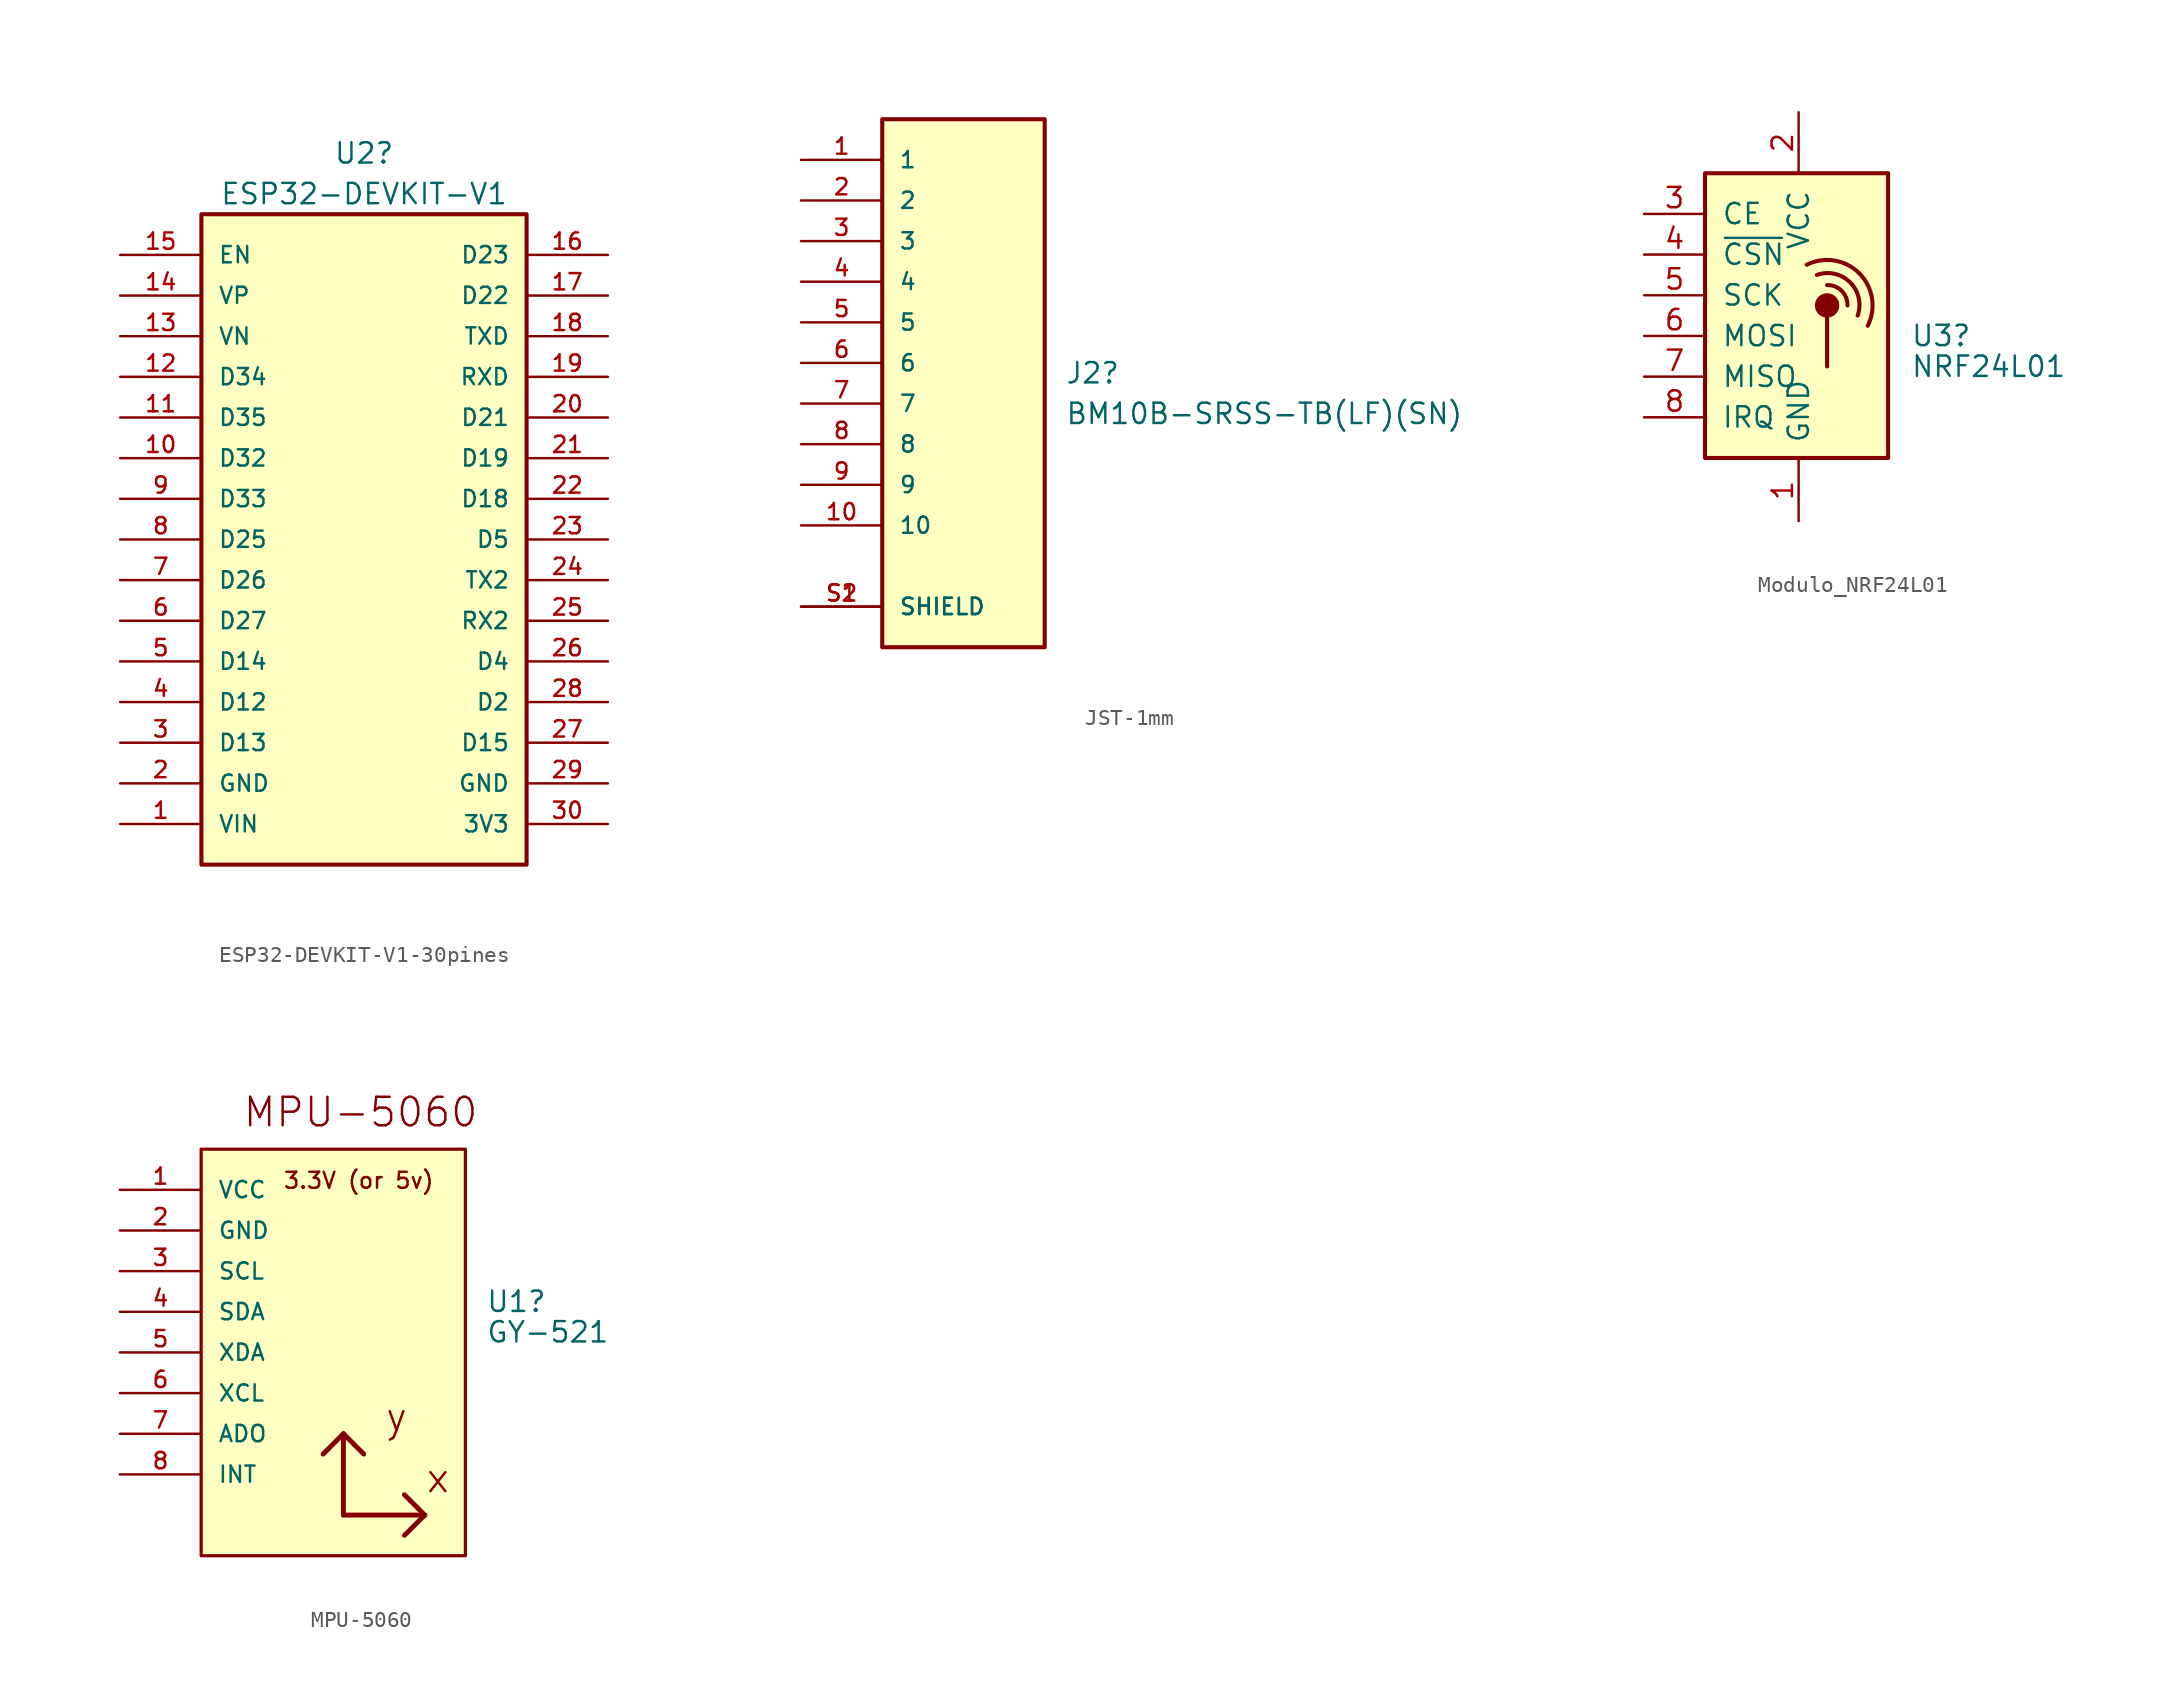
<source format=kicad_sym>
(kicad_symbol_lib
  (version 20220914)
  (generator kicad_symbol_editor)
  (symbol "ESP32-DEVKIT-V1-30pines"
    (pin_names
      (offset 1.016))
    (property "Reference" "U2"
      (at 0 31.75 0)
      (effects (font (size 1.27 1.27))))
    (property "Value" "ESP32-DEVKIT-V1"
      (at 0 29.21 0)
      (effects (font (size 1.27 1.27))))
    (symbol "ESP32-DEVKIT-V1-30pines_0_0"
      (rectangle (start -10.16 27.94) (end 10.16 -12.7) (stroke (width 0.254) (type default)) (fill (type background)))
      (pin power_in line (at 15.24 -7.62 180) (length 5.08) (name "GND" (effects (font (size 1.016 1.016)))) (number "29" (effects (font (size 1.016 1.016))))))
    (symbol "ESP32-DEVKIT-V1-30pines_1_0"
      (pin bidirectional line (at -15.24 -10.16 0) (length 5.08) (name "VIN" (effects (font (size 1.016 1.016)))) (number "1" (effects (font (size 1.016 1.016)))))
      (pin input line (at -15.24 12.7 0) (length 5.08) (name "D32" (effects (font (size 1.016 1.016)))) (number "10" (effects (font (size 1.016 1.016)))))
      (pin bidirectional line (at -15.24 15.24 0) (length 5.08) (name "D35" (effects (font (size 1.016 1.016)))) (number "11" (effects (font (size 1.016 1.016)))))
      (pin bidirectional line (at -15.24 17.78 0) (length 5.08) (name "D34" (effects (font (size 1.016 1.016)))) (number "12" (effects (font (size 1.016 1.016)))))
      (pin bidirectional line (at -15.24 20.32 0) (length 5.08) (name "VN" (effects (font (size 1.016 1.016)))) (number "13" (effects (font (size 1.016 1.016)))))
      (pin power_in line (at -15.24 22.86 0) (length 5.08) (name "VP" (effects (font (size 1.016 1.016)))) (number "14" (effects (font (size 1.016 1.016)))))
      (pin output line (at -15.24 25.4 0) (length 5.08) (name "EN" (effects (font (size 1.016 1.016)))) (number "15" (effects (font (size 1.016 1.016)))))
      (pin input line (at 15.24 25.4 180) (length 5.08) (name "D23" (effects (font (size 1.016 1.016)))) (number "16" (effects (font (size 1.016 1.016)))))
      (pin bidirectional line (at 15.24 22.86 180) (length 5.08) (name "D22" (effects (font (size 1.016 1.016)))) (number "17" (effects (font (size 1.016 1.016)))))
      (pin bidirectional line (at 15.24 20.32 180) (length 5.08) (name "TXD" (effects (font (size 1.016 1.016)))) (number "18" (effects (font (size 1.016 1.016)))))
      (pin bidirectional line (at 15.24 17.78 180) (length 5.08) (name "RXD" (effects (font (size 1.016 1.016)))) (number "19" (effects (font (size 1.016 1.016)))))
      (pin bidirectional line (at -15.24 -7.62 0) (length 5.08) (name "GND" (effects (font (size 1.016 1.016)))) (number "2" (effects (font (size 1.016 1.016)))))
      (pin bidirectional line (at 15.24 15.24 180) (length 5.08) (name "D21" (effects (font (size 1.016 1.016)))) (number "20" (effects (font (size 1.016 1.016)))))
      (pin bidirectional line (at 15.24 12.7 180) (length 5.08) (name "D19" (effects (font (size 1.016 1.016)))) (number "21" (effects (font (size 1.016 1.016)))))
      (pin bidirectional line (at 15.24 10.16 180) (length 5.08) (name "D18" (effects (font (size 1.016 1.016)))) (number "22" (effects (font (size 1.016 1.016)))))
      (pin bidirectional line (at 15.24 7.62 180) (length 5.08) (name "D5" (effects (font (size 1.016 1.016)))) (number "23" (effects (font (size 1.016 1.016)))))
      (pin bidirectional line (at 15.24 5.08 180) (length 5.08) (name "TX2" (effects (font (size 1.016 1.016)))) (number "24" (effects (font (size 1.016 1.016)))))
      (pin bidirectional line (at 15.24 2.54 180) (length 5.08) (name "RX2" (effects (font (size 1.016 1.016)))) (number "25" (effects (font (size 1.016 1.016)))))
      (pin bidirectional line (at 15.24 0 180) (length 5.08) (name "D4" (effects (font (size 1.016 1.016)))) (number "26" (effects (font (size 1.016 1.016)))))
      (pin bidirectional line (at 15.24 -5.08 180) (length 5.08) (name "D15" (effects (font (size 1.016 1.016)))) (number "27" (effects (font (size 1.016 1.016)))))
      (pin bidirectional line (at 15.24 -2.54 180) (length 5.08) (name "D2" (effects (font (size 1.016 1.016)))) (number "28" (effects (font (size 1.016 1.016)))))
      (pin output line (at -15.24 -5.08 0) (length 5.08) (name "D13" (effects (font (size 1.016 1.016)))) (number "3" (effects (font (size 1.016 1.016)))))
      (pin input line (at 15.24 -10.16 180) (length 5.08) (name "3V3" (effects (font (size 1.016 1.016)))) (number "30" (effects (font (size 1.016 1.016)))))
      (pin input line (at -15.24 -2.54 0) (length 5.08) (name "D12" (effects (font (size 1.016 1.016)))) (number "4" (effects (font (size 1.016 1.016)))))
      (pin bidirectional line (at -15.24 0 0) (length 5.08) (name "D14" (effects (font (size 1.016 1.016)))) (number "5" (effects (font (size 1.016 1.016)))))
      (pin bidirectional line (at -15.24 2.54 0) (length 5.08) (name "D27" (effects (font (size 1.016 1.016)))) (number "6" (effects (font (size 1.016 1.016)))))
      (pin bidirectional line (at -15.24 5.08 0) (length 5.08) (name "D26" (effects (font (size 1.016 1.016)))) (number "7" (effects (font (size 1.016 1.016)))))
      (pin bidirectional line (at -15.24 7.62 0) (length 5.08) (name "D25" (effects (font (size 1.016 1.016)))) (number "8" (effects (font (size 1.016 1.016)))))
      (pin output line (at -15.24 10.16 0) (length 5.08) (name "D33" (effects (font (size 1.016 1.016)))) (number "9" (effects (font (size 1.016 1.016)))))))
  (symbol "JST-1mm"
    (pin_names
      (offset 1.016))
    (property "Reference" "J2"
      (at 6.35 -0.635 0)
      (effects (font (size 1.27 1.27)) (justify left)))
    (property "Value" "BM10B-SRSS-TB(LF)(SN)"
      (at 6.35 -3.175 0)
      (effects (font (size 1.27 1.27)) (justify left)))
    (symbol "JST-1mm_0_0"
      (rectangle (start -5.08 -17.78) (end 5.08 15.24) (stroke (width 0.254) (type default)) (fill (type background)))
      (pin passive line (at -10.16 12.7 0) (length 5.08) (name "1" (effects (font (size 1.016 1.016)))) (number "1" (effects (font (size 1.016 1.016)))))
      (pin passive line (at -10.16 -10.16 0) (length 5.08) (name "10" (effects (font (size 1.016 1.016)))) (number "10" (effects (font (size 1.016 1.016)))))
      (pin passive line (at -10.16 10.16 0) (length 5.08) (name "2" (effects (font (size 1.016 1.016)))) (number "2" (effects (font (size 1.016 1.016)))))
      (pin passive line (at -10.16 7.62 0) (length 5.08) (name "3" (effects (font (size 1.016 1.016)))) (number "3" (effects (font (size 1.016 1.016)))))
      (pin passive line (at -10.16 5.08 0) (length 5.08) (name "4" (effects (font (size 1.016 1.016)))) (number "4" (effects (font (size 1.016 1.016)))))
      (pin passive line (at -10.16 2.54 0) (length 5.08) (name "5" (effects (font (size 1.016 1.016)))) (number "5" (effects (font (size 1.016 1.016)))))
      (pin passive line (at -10.16 0 0) (length 5.08) (name "6" (effects (font (size 1.016 1.016)))) (number "6" (effects (font (size 1.016 1.016)))))
      (pin passive line (at -10.16 -2.54 0) (length 5.08) (name "7" (effects (font (size 1.016 1.016)))) (number "7" (effects (font (size 1.016 1.016)))))
      (pin passive line (at -10.16 -5.08 0) (length 5.08) (name "8" (effects (font (size 1.016 1.016)))) (number "8" (effects (font (size 1.016 1.016)))))
      (pin passive line (at -10.16 -7.62 0) (length 5.08) (name "9" (effects (font (size 1.016 1.016)))) (number "9" (effects (font (size 1.016 1.016)))))
      (pin passive line (at -10.16 -15.24 0) (length 5.08) (name "SHIELD" (effects (font (size 1.016 1.016)))) (number "S1" (effects (font (size 1.016 1.016)))))
      (pin passive line (at -10.16 -15.24 0) (length 5.08) (name "SHIELD" (effects (font (size 1.016 1.016)))) (number "S2" (effects (font (size 1.016 1.016)))))))
  (symbol "Modulo_NRF24L01"
    (pin_names
      (offset 1.016))
    (property "Reference" "U3"
      (at 6.985 -1.515 0)
      (effects (font (size 1.27 1.27)) (justify left)))
    (property "Value" "NRF24L01"
      (at 6.985 -3.436 0)
      (effects (font (size 1.27 1.27)) (justify left)))
    (symbol "Modulo_NRF24L01_0_1"
      (rectangle (start -5.842 8.636) (end 5.588 -9.144) (stroke (width 0.254) (type default)) (fill (type background)))
      (polyline (pts (xy 1.778 -0.254) (xy 1.778 -3.429)) (stroke (width 0.254) (type default)) (fill (type none)))
      (circle (center 1.778 0.381) (radius 0.635) (stroke (width 0.254) (type default)) (fill (type outline)))
      (arc (start 3.048 0.381) (mid 2.6888 1.2918) (end 1.778 1.651) (stroke (width 0.254) (type default)) (fill (type none)))
      (arc (start 3.683 -0.254) (mid 3.2165 1.8195) (end 1.143 2.286) (stroke (width 0.254) (type default)) (fill (type none)))
      (arc (start 4.318 -0.889) (mid 3.786 2.389) (end 0.508 2.921) (stroke (width 0.254) (type default)) (fill (type none))))
    (symbol "Modulo_NRF24L01_1_1"
      (pin power_in line (at 0 -13.081 90) (length 3.81) (name "GND" (effects (font (size 1.27 1.27)))) (number "1" (effects (font (size 1.27 1.27)))))
      (pin power_in line (at 0 12.446 270) (length 3.81) (name "VCC" (effects (font (size 1.27 1.27)))) (number "2" (effects (font (size 1.27 1.27)))))
      (pin input line (at -9.652 6.096 0) (length 3.81) (name "CE" (effects (font (size 1.27 1.27)))) (number "3" (effects (font (size 1.27 1.27)))))
      (pin input line (at -9.652 3.556 0) (length 3.81) (name "~{CSN}" (effects (font (size 1.27 1.27)))) (number "4" (effects (font (size 1.27 1.27)))))
      (pin input line (at -9.652 1.016 0) (length 3.81) (name "SCK" (effects (font (size 1.27 1.27)))) (number "5" (effects (font (size 1.27 1.27)))))
      (pin input line (at -9.652 -1.524 0) (length 3.81) (name "MOSI" (effects (font (size 1.27 1.27)))) (number "6" (effects (font (size 1.27 1.27)))))
      (pin output line (at -9.652 -4.064 0) (length 3.81) (name "MISO" (effects (font (size 1.27 1.27)))) (number "7" (effects (font (size 1.27 1.27)))))
      (pin output line (at -9.652 -6.604 0) (length 3.81) (name "IRQ" (effects (font (size 1.27 1.27)))) (number "8" (effects (font (size 1.27 1.27)))))))
  (symbol "MPU-5060"
    (pin_names
      (offset 1.016))
    (property "Reference" "U1"
      (at 9.525 1.905 0)
      (effects (font (size 1.27 1.27)) (justify left)))
    (property "Value" "GY-521"
      (at 9.525 0 0)
      (effects (font (size 1.27 1.27)) (justify left)))
    (symbol "MPU-5060_0_0"
      (polyline (pts (xy 0.635 -11.43) (xy 0.635 -6.35)) (stroke (width 0.305) (type default)) (fill (type none)))
      (polyline (pts (xy 0.635 -11.43) (xy 5.715 -11.43)) (stroke (width 0.305) (type default)) (fill (type none)))
      (polyline (pts (xy 0.635 -6.35) (xy -0.635 -7.62)) (stroke (width 0.305) (type default)) (fill (type none)))
      (polyline (pts (xy 0.635 -6.35) (xy 1.905 -7.62)) (stroke (width 0.305) (type default)) (fill (type none)))
      (polyline (pts (xy 5.715 -11.43) (xy 4.445 -12.7)) (stroke (width 0.305) (type default)) (fill (type none)))
      (polyline (pts (xy 5.715 -11.43) (xy 4.445 -10.16)) (stroke (width 0.305) (type default)) (fill (type none)))
      (text "x" (at 5.715 -10.16 0) (effects (font (size 1.778 1.778)) (justify left bottom)))
      (text "y" (at 3.175 -6.35 0) (effects (font (size 1.778 1.778)) (justify left bottom))))
    (symbol "MPU-5060_1_0"
      (rectangle (start -8.255 11.43) (end 8.255 -13.97) (stroke (width 0.2) (type default)) (fill (type background)))
      (text "3.3V (or 5v)" (at -3.175 8.89 0) (effects (font (size 1 1)) (justify left bottom)))
      (text "MPU-5060\n" (at -5.715 12.7 0) (effects (font (size 1.778 1.778)) (justify left bottom)))
      (pin bidirectional line (at -13.335 8.89 0) (length 5.08) (name "VCC" (effects (font (size 1.016 1.016)))) (number "1" (effects (font (size 1.016 1.016)))))
      (pin bidirectional line (at -13.335 6.35 0) (length 5.08) (name "GND" (effects (font (size 1.016 1.016)))) (number "2" (effects (font (size 1.016 1.016)))))
      (pin bidirectional line (at -13.335 3.81 0) (length 5.08) (name "SCL" (effects (font (size 1.016 1.016)))) (number "3" (effects (font (size 1.016 1.016)))))
      (pin bidirectional line (at -13.335 1.27 0) (length 5.08) (name "SDA" (effects (font (size 1.016 1.016)))) (number "4" (effects (font (size 1.016 1.016)))))
      (pin bidirectional line (at -13.335 -1.27 0) (length 5.08) (name "XDA" (effects (font (size 1.016 1.016)))) (number "5" (effects (font (size 1.016 1.016)))))
      (pin bidirectional line (at -13.335 -3.81 0) (length 5.08) (name "XCL" (effects (font (size 1.016 1.016)))) (number "6" (effects (font (size 1.016 1.016)))))
      (pin bidirectional line (at -13.335 -6.35 0) (length 5.08) (name "ADO" (effects (font (size 1.016 1.016)))) (number "7" (effects (font (size 1.016 1.016)))))
      (pin bidirectional line (at -13.335 -8.89 0) (length 5.08) (name "INT" (effects (font (size 1.016 1.016)))) (number "8" (effects (font (size 1.016 1.016))))))))
</source>
